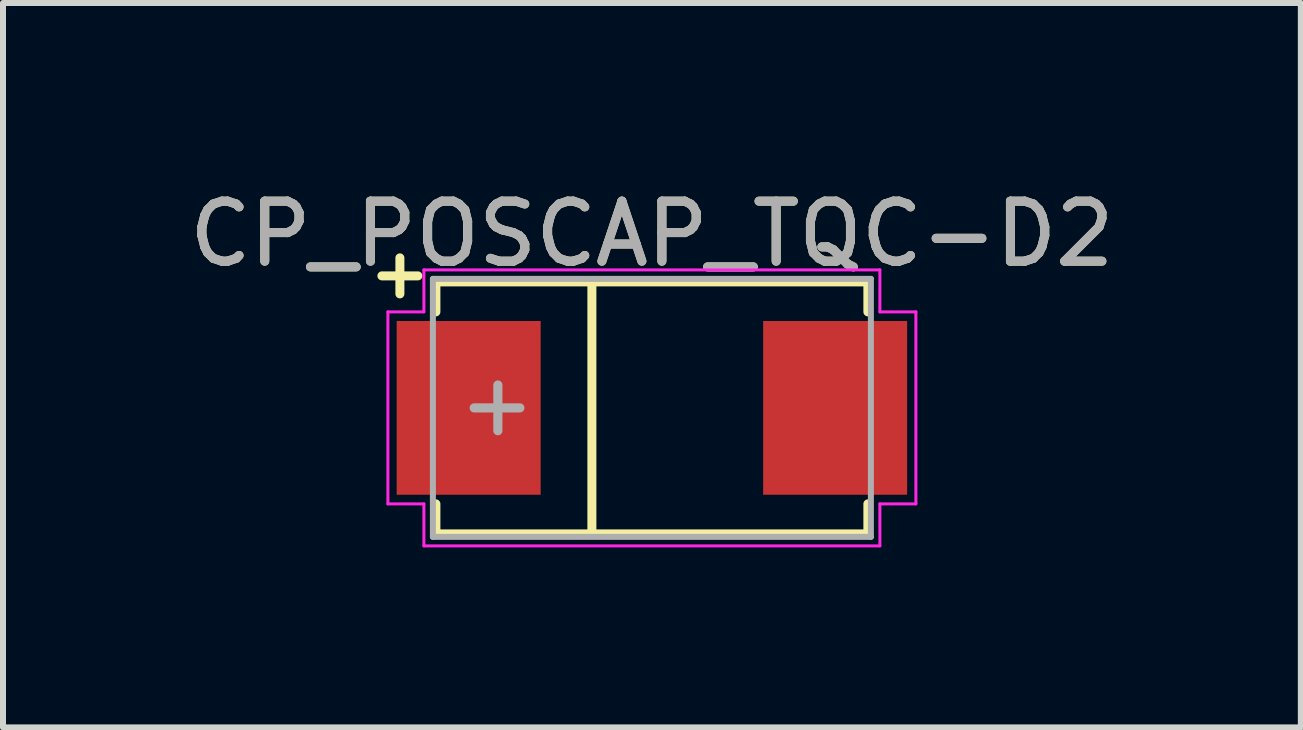
<source format=kicad_pcb>
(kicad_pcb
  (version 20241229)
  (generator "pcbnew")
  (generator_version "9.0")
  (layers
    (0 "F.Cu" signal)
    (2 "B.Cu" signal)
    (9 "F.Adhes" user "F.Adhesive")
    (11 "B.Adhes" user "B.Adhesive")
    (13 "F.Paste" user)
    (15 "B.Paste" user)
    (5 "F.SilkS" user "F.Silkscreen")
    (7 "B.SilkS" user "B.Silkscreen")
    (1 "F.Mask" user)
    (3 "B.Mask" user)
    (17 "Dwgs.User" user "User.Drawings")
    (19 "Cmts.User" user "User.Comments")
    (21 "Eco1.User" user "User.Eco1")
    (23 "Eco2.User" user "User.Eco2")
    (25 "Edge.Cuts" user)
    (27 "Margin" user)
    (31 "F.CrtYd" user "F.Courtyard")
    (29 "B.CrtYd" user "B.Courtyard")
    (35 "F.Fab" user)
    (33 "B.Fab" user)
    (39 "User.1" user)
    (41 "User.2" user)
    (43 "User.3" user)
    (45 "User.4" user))
  (footprint "CP_POSCAP_TQC-D2"
    (layer "F.Cu")
    (at 7.815 3.748)
    (property "Reference" "CP_POSCAP_TQC-D2" (at 0 -2.9 0) (layer "F.SilkS") (effects (font (size 1 1) (thickness 0.15))))
    (attr smd)
    (fp_line (start -4.5 -2.2) (end -3.9 -2.2) (stroke (width 0.15) (type solid)) (layer "F.SilkS"))
    (fp_line (start -4.2 -2.5) (end -4.2 -1.9) (stroke (width 0.15) (type solid)) (layer "F.SilkS"))
    (fp_line (start -3.6 -2.1) (end 3.6 -2.1) (stroke (width 0.15) (type solid)) (layer "F.SilkS"))
    (fp_line (start -3.6 -1.6) (end -3.6 -2.1) (stroke (width 0.15) (type solid)) (layer "F.SilkS"))
    (fp_line (start -3.6 2.1) (end -3.6 1.6) (stroke (width 0.15) (type solid)) (layer "F.SilkS"))
    (fp_line (start -1 -2.1) (end -1 2.1) (stroke (width 0.15) (type solid)) (layer "F.SilkS"))
    (fp_line (start 3.6 -2.1) (end 3.6 -1.6) (stroke (width 0.15) (type solid)) (layer "F.SilkS"))
    (fp_line (start 3.6 1.6) (end 3.6 2.1) (stroke (width 0.15) (type solid)) (layer "F.SilkS"))
    (fp_line (start 3.6 2.1) (end -3.6 2.1) (stroke (width 0.15) (type solid)) (layer "F.SilkS"))
    (fp_line (start -4.4 -1.6) (end -4.4 1.6) (stroke (width 0.05) (type solid)) (layer "F.CrtYd"))
    (fp_line (start -4.4 1.6) (end -3.8 1.6) (stroke (width 0.05) (type solid)) (layer "F.CrtYd"))
    (fp_line (start -3.8 -2.3) (end -3.8 -1.6) (stroke (width 0.05) (type solid)) (layer "F.CrtYd"))
    (fp_line (start -3.8 -1.6) (end -4.4 -1.6) (stroke (width 0.05) (type solid)) (layer "F.CrtYd"))
    (fp_line (start -3.8 1.6) (end -3.8 2.3) (stroke (width 0.05) (type solid)) (layer "F.CrtYd"))
    (fp_line (start -3.8 2.3) (end 3.8 2.3) (stroke (width 0.05) (type solid)) (layer "F.CrtYd"))
    (fp_line (start 3.8 -2.3) (end -3.8 -2.3) (stroke (width 0.05) (type solid)) (layer "F.CrtYd"))
    (fp_line (start 3.8 -1.6) (end 3.8 -2.3) (stroke (width 0.05) (type solid)) (layer "F.CrtYd"))
    (fp_line (start 3.8 1.6) (end 4.4 1.6) (stroke (width 0.05) (type solid)) (layer "F.CrtYd"))
    (fp_line (start 3.8 2.3) (end 3.8 1.6) (stroke (width 0.05) (type solid)) (layer "F.CrtYd"))
    (fp_line (start 4.4 -1.6) (end 3.8 -1.6) (stroke (width 0.05) (type solid)) (layer "F.CrtYd"))
    (fp_line (start 4.4 1.6) (end 4.4 -1.6) (stroke (width 0.05) (type solid)) (layer "F.CrtYd"))
    (fp_line (start -3.65 -2.15) (end 3.65 -2.15) (stroke (width 0.1) (type solid)) (layer "F.Fab"))
    (fp_line (start -3.65 2.15) (end -3.65 -2.15) (stroke (width 0.1) (type solid)) (layer "F.Fab"))
    (fp_line (start -2.567 -0.381) (end -2.567 0.381) (stroke (width 0.152) (type solid)) (layer "F.Fab"))
    (fp_line (start -2.2 0) (end -2.962 0) (stroke (width 0.152) (type solid)) (layer "F.Fab"))
    (fp_line (start 3.65 -2.15) (end 3.65 2.15) (stroke (width 0.1) (type solid)) (layer "F.Fab"))
    (fp_line (start 3.65 2.15) (end -3.65 2.15) (stroke (width 0.1) (type solid)) (layer "F.Fab"))
    (fp_text user "${REFERENCE}" (at 0 -2.9 0) (layer "F.Fab") (effects (font (size 1 1) (thickness 0.15))))
    (pad "1" smd rect (at -3.054 0) (size 2.4 2.896) (layers "F.Cu" "F.Mask" "F.Paste"))
    (pad "2" smd rect (at 3.054 0) (size 2.4 2.896) (layers "F.Cu" "F.Mask" "F.Paste")))
  (gr_rect
    (start -3 -3)
    (end 18.631 9.073)
    (stroke (width 0.1) (type default))
    (fill no)
    (layer "Edge.Cuts")))
</source>
